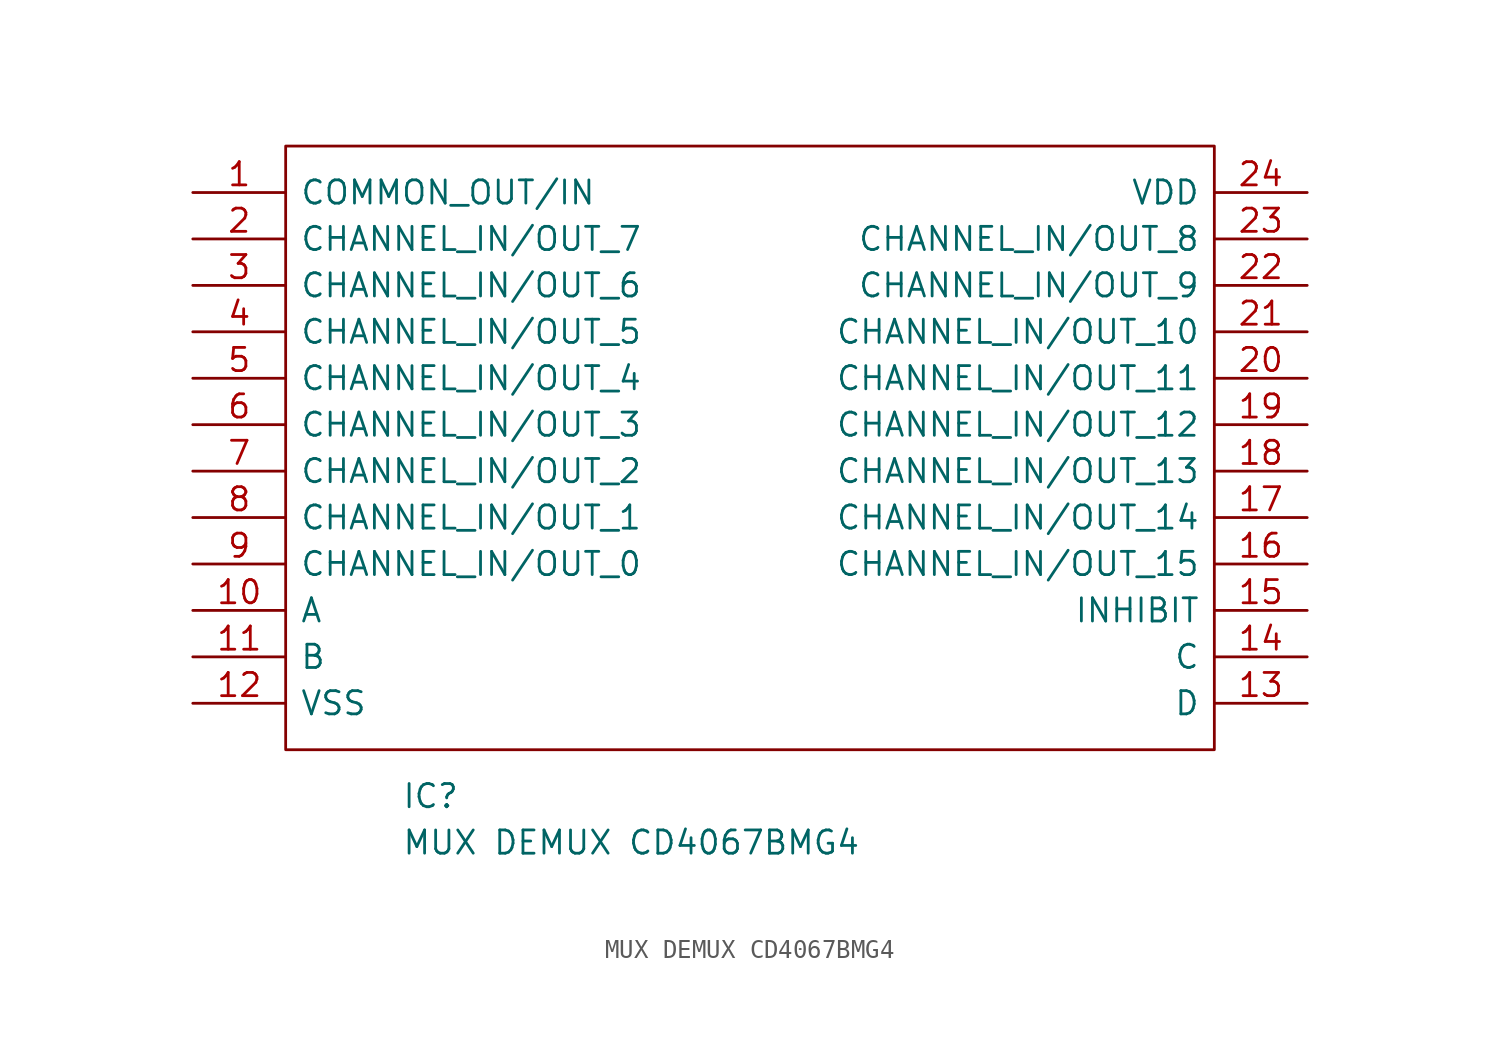
<source format=kicad_sym>
(kicad_symbol_lib
  (version 20220914)
  (generator kicad_symbol_editor)
  (symbol "MUX DEMUX CD4067BMG4"
    (pin_names
      (offset 0.762))
    (property "Reference" "IC"
      (at 11.43 -33.02 0)
      (effects (font (size 1.27 1.27)) (justify left)))
    (property "Value" "MUX DEMUX CD4067BMG4"
      (at 11.43 -35.56 0)
      (effects (font (size 1.27 1.27)) (justify left)))
    (symbol "MUX DEMUX CD4067BMG4_0_0"
      (pin passive line (at 0 0 0) (length 5.08) (name "COMMON_OUT/IN" (effects (font (size 1.27 1.27)))) (number "1" (effects (font (size 1.27 1.27)))))
      (pin passive line (at 0 -22.86 0) (length 5.08) (name "A" (effects (font (size 1.27 1.27)))) (number "10" (effects (font (size 1.27 1.27)))))
      (pin passive line (at 0 -25.4 0) (length 5.08) (name "B" (effects (font (size 1.27 1.27)))) (number "11" (effects (font (size 1.27 1.27)))))
      (pin passive line (at 0 -27.94 0) (length 5.08) (name "VSS" (effects (font (size 1.27 1.27)))) (number "12" (effects (font (size 1.27 1.27)))))
      (pin passive line (at 60.96 -27.94 180) (length 5.08) (name "D" (effects (font (size 1.27 1.27)))) (number "13" (effects (font (size 1.27 1.27)))))
      (pin passive line (at 60.96 -25.4 180) (length 5.08) (name "C" (effects (font (size 1.27 1.27)))) (number "14" (effects (font (size 1.27 1.27)))))
      (pin passive line (at 60.96 -22.86 180) (length 5.08) (name "INHIBIT" (effects (font (size 1.27 1.27)))) (number "15" (effects (font (size 1.27 1.27)))))
      (pin passive line (at 60.96 -20.32 180) (length 5.08) (name "CHANNEL_IN/OUT_15" (effects (font (size 1.27 1.27)))) (number "16" (effects (font (size 1.27 1.27)))))
      (pin passive line (at 60.96 -17.78 180) (length 5.08) (name "CHANNEL_IN/OUT_14" (effects (font (size 1.27 1.27)))) (number "17" (effects (font (size 1.27 1.27)))))
      (pin passive line (at 60.96 -15.24 180) (length 5.08) (name "CHANNEL_IN/OUT_13" (effects (font (size 1.27 1.27)))) (number "18" (effects (font (size 1.27 1.27)))))
      (pin passive line (at 60.96 -12.7 180) (length 5.08) (name "CHANNEL_IN/OUT_12" (effects (font (size 1.27 1.27)))) (number "19" (effects (font (size 1.27 1.27)))))
      (pin passive line (at 0 -2.54 0) (length 5.08) (name "CHANNEL_IN/OUT_7" (effects (font (size 1.27 1.27)))) (number "2" (effects (font (size 1.27 1.27)))))
      (pin passive line (at 60.96 -10.16 180) (length 5.08) (name "CHANNEL_IN/OUT_11" (effects (font (size 1.27 1.27)))) (number "20" (effects (font (size 1.27 1.27)))))
      (pin passive line (at 60.96 -7.62 180) (length 5.08) (name "CHANNEL_IN/OUT_10" (effects (font (size 1.27 1.27)))) (number "21" (effects (font (size 1.27 1.27)))))
      (pin passive line (at 60.96 -5.08 180) (length 5.08) (name "CHANNEL_IN/OUT_9" (effects (font (size 1.27 1.27)))) (number "22" (effects (font (size 1.27 1.27)))))
      (pin passive line (at 60.96 -2.54 180) (length 5.08) (name "CHANNEL_IN/OUT_8" (effects (font (size 1.27 1.27)))) (number "23" (effects (font (size 1.27 1.27)))))
      (pin passive line (at 60.96 0 180) (length 5.08) (name "VDD" (effects (font (size 1.27 1.27)))) (number "24" (effects (font (size 1.27 1.27)))))
      (pin passive line (at 0 -5.08 0) (length 5.08) (name "CHANNEL_IN/OUT_6" (effects (font (size 1.27 1.27)))) (number "3" (effects (font (size 1.27 1.27)))))
      (pin passive line (at 0 -7.62 0) (length 5.08) (name "CHANNEL_IN/OUT_5" (effects (font (size 1.27 1.27)))) (number "4" (effects (font (size 1.27 1.27)))))
      (pin passive line (at 0 -10.16 0) (length 5.08) (name "CHANNEL_IN/OUT_4" (effects (font (size 1.27 1.27)))) (number "5" (effects (font (size 1.27 1.27)))))
      (pin passive line (at 0 -12.7 0) (length 5.08) (name "CHANNEL_IN/OUT_3" (effects (font (size 1.27 1.27)))) (number "6" (effects (font (size 1.27 1.27)))))
      (pin passive line (at 0 -15.24 0) (length 5.08) (name "CHANNEL_IN/OUT_2" (effects (font (size 1.27 1.27)))) (number "7" (effects (font (size 1.27 1.27)))))
      (pin passive line (at 0 -17.78 0) (length 5.08) (name "CHANNEL_IN/OUT_1" (effects (font (size 1.27 1.27)))) (number "8" (effects (font (size 1.27 1.27)))))
      (pin passive line (at 0 -20.32 0) (length 5.08) (name "CHANNEL_IN/OUT_0" (effects (font (size 1.27 1.27)))) (number "9" (effects (font (size 1.27 1.27))))))
    (symbol "MUX DEMUX CD4067BMG4_0_1"
      (polyline (pts (xy 5.08 2.54) (xy 55.88 2.54) (xy 55.88 -30.48) (xy 5.08 -30.48) (xy 5.08 2.54)) (stroke (width 0.152) (type default)) (fill (type none))))))
</source>
